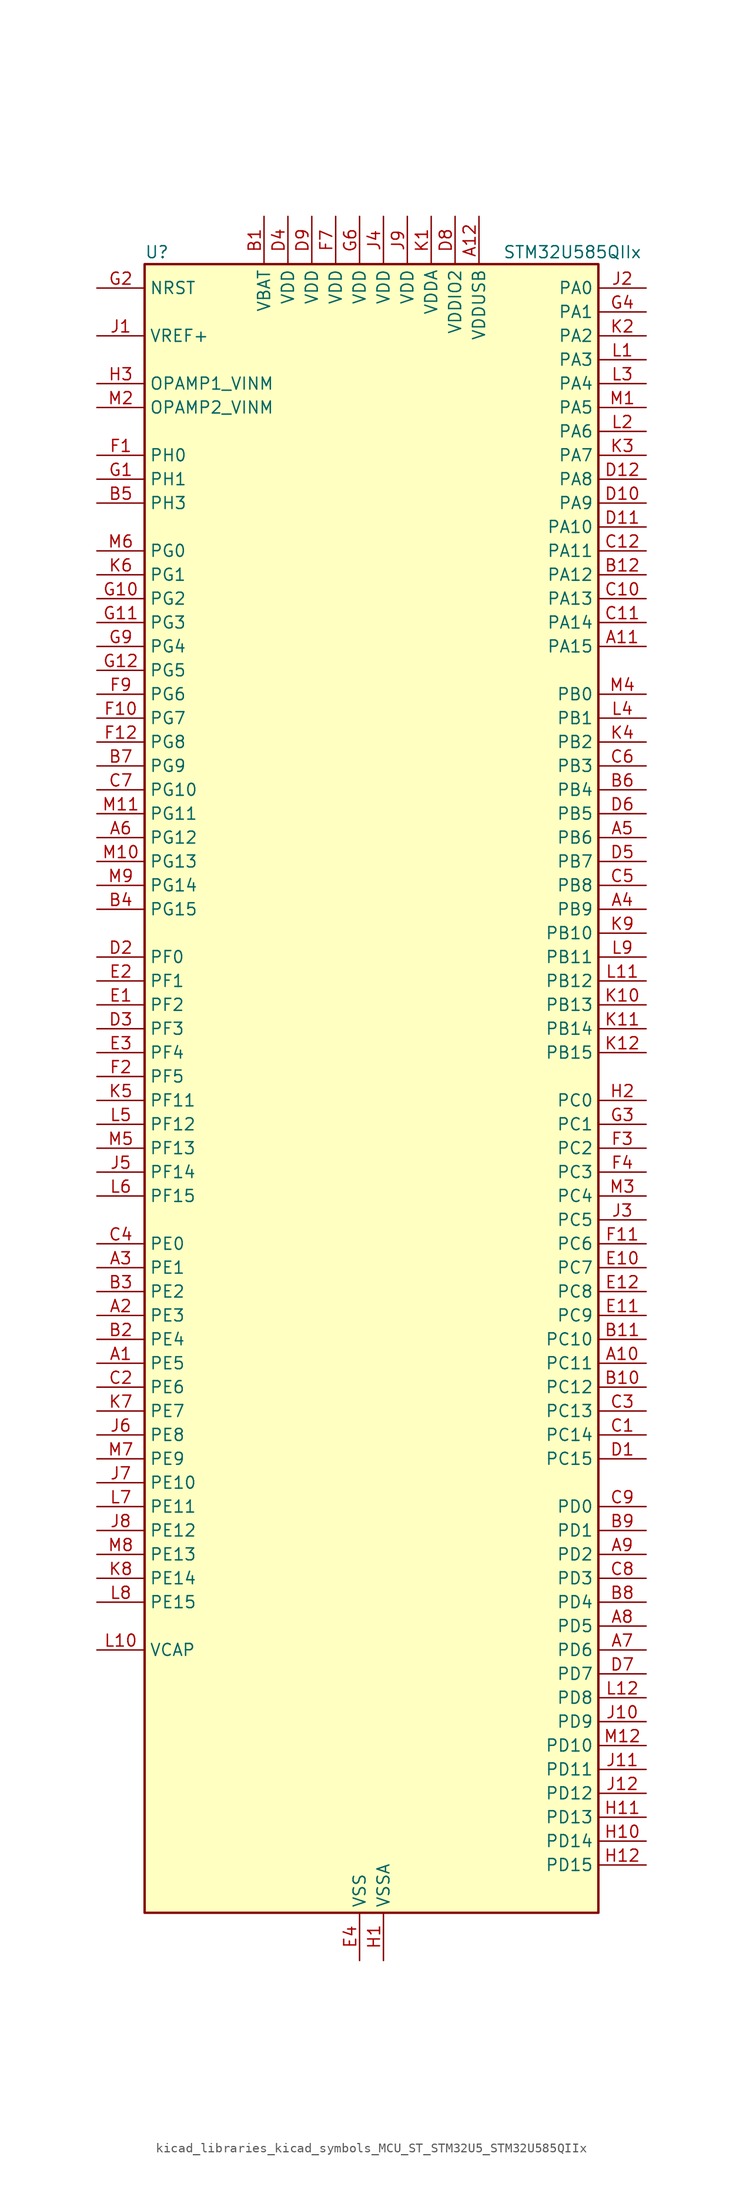
<source format=kicad_sym>
(kicad_symbol_lib
  (version 20220914)
  (generator kicad_symbol_editor)
  (symbol "kicad_libraries_kicad_symbols_MCU_ST_STM32U5_STM32U585QIIx"
    (property "Reference" "U"
      (at -22.86 90.17 0)
      (effects (font (size 1.27 1.27)) (justify left)))
    (property "Value" "STM32U585QIIx"
      (at 15.24 90.17 0)
      (effects (font (size 1.27 1.27)) (justify left)))
    (property "ki_locked" ""
      (at 0 0 0)
      (effects (font (size 1.27 1.27))))
    (symbol "kicad_libraries_kicad_symbols_MCU_ST_STM32U5_STM32U585QIIx_0_1"
      (rectangle (start -22.86 -86.36) (end 25.4 88.9) (stroke (width 0.254) (type default)) (fill (type background))))
    (symbol "kicad_libraries_kicad_symbols_MCU_ST_STM32U5_STM32U585QIIx_1_1"
      (pin bidirectional line (at -27.94 -27.94 0) (length 5.08) (name "PE5" (effects (font (size 1.27 1.27)))) (number "A1" (effects (font (size 1.27 1.27)))) (alternate "DCMI_D6" bidirectional line) (alternate "DEBUG_TRACED2" bidirectional line) (alternate "FMC_A21" bidirectional line) (alternate "MDF1_CKI3" bidirectional line) (alternate "PSSI_D6" bidirectional line) (alternate "PWR_WKUP2" bidirectional line) (alternate "SAI1_CK2" bidirectional line) (alternate "SAI1_SCK_A" bidirectional line) (alternate "TAMP_IN8" bidirectional line) (alternate "TAMP_OUT7" bidirectional line) (alternate "TIM3_CH3" bidirectional line) (alternate "TSC_G7_IO4" bidirectional line))
      (pin bidirectional line (at 30.48 -27.94 180) (length 5.08) (name "PC11" (effects (font (size 1.27 1.27)))) (number "A10" (effects (font (size 1.27 1.27)))) (alternate "ADC1_EXTI11" bidirectional line) (alternate "ADF1_SDI0" bidirectional line) (alternate "DCMI_D2" bidirectional line) (alternate "DCMI_D4" bidirectional line) (alternate "LPTIM3_IN1" bidirectional line) (alternate "OCTOSPIM_P1_NCS" bidirectional line) (alternate "PSSI_D2" bidirectional line) (alternate "PSSI_D4" bidirectional line) (alternate "SAI2_MCLK_B" bidirectional line) (alternate "SDMMC1_D3" bidirectional line) (alternate "SPI3_MISO" bidirectional line) (alternate "TSC_G3_IO3" bidirectional line) (alternate "UART4_RX" bidirectional line) (alternate "UCPD1_FRSTX2" bidirectional line) (alternate "USART3_RX" bidirectional line))
      (pin bidirectional line (at 30.48 48.26 180) (length 5.08) (name "PA15" (effects (font (size 1.27 1.27)))) (number "A11" (effects (font (size 1.27 1.27)))) (alternate "ADC1_EXTI15" bidirectional line) (alternate "ADC4_EXTI15" bidirectional line) (alternate "DEBUG_JTDI" bidirectional line) (alternate "SAI2_FS_B" bidirectional line) (alternate "SPI1_NSS" bidirectional line) (alternate "SPI3_NSS" bidirectional line) (alternate "TIM2_CH1" bidirectional line) (alternate "TIM2_ETR" bidirectional line) (alternate "UART4_DE" bidirectional line) (alternate "UART4_RTS" bidirectional line) (alternate "UCPD1_CC1" bidirectional line) (alternate "USART2_RX" bidirectional line) (alternate "USART3_DE" bidirectional line) (alternate "USART3_RTS" bidirectional line))
      (pin power_in line (at 12.7 93.98 270) (length 5.08) (name "VDDUSB" (effects (font (size 1.27 1.27)))) (number "A12" (effects (font (size 1.27 1.27)))))
      (pin bidirectional line (at -27.94 -22.86 0) (length 5.08) (name "PE3" (effects (font (size 1.27 1.27)))) (number "A2" (effects (font (size 1.27 1.27)))) (alternate "DEBUG_TRACED0" bidirectional line) (alternate "FMC_A19" bidirectional line) (alternate "OCTOSPIM_P1_DQS" bidirectional line) (alternate "SAI1_SD_B" bidirectional line) (alternate "TAMP_IN6" bidirectional line) (alternate "TAMP_OUT3" bidirectional line) (alternate "TIM3_CH1" bidirectional line) (alternate "TSC_G7_IO2" bidirectional line))
      (pin bidirectional line (at -27.94 -17.78 0) (length 5.08) (name "PE1" (effects (font (size 1.27 1.27)))) (number "A3" (effects (font (size 1.27 1.27)))) (alternate "DCMI_D3" bidirectional line) (alternate "FMC_NBL1" bidirectional line) (alternate "PSSI_D3" bidirectional line) (alternate "TIM17_CH1" bidirectional line))
      (pin bidirectional line (at 30.48 20.32 180) (length 5.08) (name "PB9" (effects (font (size 1.27 1.27)))) (number "A4" (effects (font (size 1.27 1.27)))) (alternate "DAC1_EXTI9" bidirectional line) (alternate "DCMI_D7" bidirectional line) (alternate "FDCAN1_TX" bidirectional line) (alternate "I2C1_SDA" bidirectional line) (alternate "IR_OUT" bidirectional line) (alternate "PSSI_D7" bidirectional line) (alternate "SAI1_D2" bidirectional line) (alternate "SAI1_FS_A" bidirectional line) (alternate "SDMMC1_CDIR" bidirectional line) (alternate "SDMMC1_D5" bidirectional line) (alternate "SDMMC2_D5" bidirectional line) (alternate "SPI2_NSS" bidirectional line) (alternate "TIM17_CH1" bidirectional line) (alternate "TIM4_CH4" bidirectional line))
      (pin bidirectional line (at 30.48 27.94 180) (length 5.08) (name "PB6" (effects (font (size 1.27 1.27)))) (number "A5" (effects (font (size 1.27 1.27)))) (alternate "COMP2_INP" bidirectional line) (alternate "DCMI_D5" bidirectional line) (alternate "I2C1_SCL" bidirectional line) (alternate "I2C4_SCL" bidirectional line) (alternate "LPTIM1_ETR" bidirectional line) (alternate "MDF1_SDI5" bidirectional line) (alternate "PSSI_D5" bidirectional line) (alternate "PWR_WKUP3" bidirectional line) (alternate "SAI1_FS_B" bidirectional line) (alternate "TIM16_CH1N" bidirectional line) (alternate "TIM4_CH1" bidirectional line) (alternate "TIM8_BKIN2" bidirectional line) (alternate "TSC_G2_IO3" bidirectional line) (alternate "USART1_TX" bidirectional line))
      (pin bidirectional line (at -27.94 27.94 0) (length 5.08) (name "PG12" (effects (font (size 1.27 1.27)))) (number "A6" (effects (font (size 1.27 1.27)))) (alternate "FMC_NE4" bidirectional line) (alternate "LPTIM1_ETR" bidirectional line) (alternate "OCTOSPIM_P2_NCS" bidirectional line) (alternate "SAI2_SD_A" bidirectional line) (alternate "SPI3_NSS" bidirectional line) (alternate "USART1_DE" bidirectional line) (alternate "USART1_RTS" bidirectional line))
      (pin bidirectional line (at 30.48 -58.42 180) (length 5.08) (name "PD6" (effects (font (size 1.27 1.27)))) (number "A7" (effects (font (size 1.27 1.27)))) (alternate "DCMI_D10" bidirectional line) (alternate "FMC_NWAIT" bidirectional line) (alternate "MDF1_SDI1" bidirectional line) (alternate "OCTOSPIM_P1_IO6" bidirectional line) (alternate "PSSI_D10" bidirectional line) (alternate "SAI1_D1" bidirectional line) (alternate "SAI1_SD_A" bidirectional line) (alternate "SDMMC2_CK" bidirectional line) (alternate "SPI3_MOSI" bidirectional line) (alternate "USART2_RX" bidirectional line))
      (pin bidirectional line (at 30.48 -55.88 180) (length 5.08) (name "PD5" (effects (font (size 1.27 1.27)))) (number "A8" (effects (font (size 1.27 1.27)))) (alternate "FMC_NWE" bidirectional line) (alternate "OCTOSPIM_P1_IO5" bidirectional line) (alternate "SPI2_RDY" bidirectional line) (alternate "USART2_TX" bidirectional line))
      (pin bidirectional line (at 30.48 -48.26 180) (length 5.08) (name "PD2" (effects (font (size 1.27 1.27)))) (number "A9" (effects (font (size 1.27 1.27)))) (alternate "DCMI_D11" bidirectional line) (alternate "DEBUG_TRACED2" bidirectional line) (alternate "LPTIM4_ETR" bidirectional line) (alternate "PSSI_D11" bidirectional line) (alternate "SDMMC1_CMD" bidirectional line) (alternate "TIM3_ETR" bidirectional line) (alternate "TSC_SYNC" bidirectional line) (alternate "UART5_RX" bidirectional line) (alternate "USART3_DE" bidirectional line) (alternate "USART3_RTS" bidirectional line))
      (pin power_in line (at -10.16 93.98 270) (length 5.08) (name "VBAT" (effects (font (size 1.27 1.27)))) (number "B1" (effects (font (size 1.27 1.27)))))
      (pin bidirectional line (at 30.48 -30.48 180) (length 5.08) (name "PC12" (effects (font (size 1.27 1.27)))) (number "B10" (effects (font (size 1.27 1.27)))) (alternate "DCMI_D9" bidirectional line) (alternate "DEBUG_TRACED3" bidirectional line) (alternate "PSSI_D9" bidirectional line) (alternate "SAI2_SD_B" bidirectional line) (alternate "SDMMC1_CK" bidirectional line) (alternate "SPI3_MOSI" bidirectional line) (alternate "TSC_G3_IO4" bidirectional line) (alternate "UART5_TX" bidirectional line) (alternate "USART3_CK" bidirectional line))
      (pin bidirectional line (at 30.48 -25.4 180) (length 5.08) (name "PC10" (effects (font (size 1.27 1.27)))) (number "B11" (effects (font (size 1.27 1.27)))) (alternate "ADF1_CCK1" bidirectional line) (alternate "DCMI_D8" bidirectional line) (alternate "DEBUG_TRACED1" bidirectional line) (alternate "LPTIM3_ETR" bidirectional line) (alternate "PSSI_D8" bidirectional line) (alternate "SAI2_SCK_B" bidirectional line) (alternate "SDMMC1_D2" bidirectional line) (alternate "SPI3_SCK" bidirectional line) (alternate "TSC_G3_IO2" bidirectional line) (alternate "UART4_TX" bidirectional line) (alternate "USART3_TX" bidirectional line))
      (pin bidirectional line (at 30.48 55.88 180) (length 5.08) (name "PA12" (effects (font (size 1.27 1.27)))) (number "B12" (effects (font (size 1.27 1.27)))) (alternate "FDCAN1_TX" bidirectional line) (alternate "OCTOSPIM_P2_NCS" bidirectional line) (alternate "SPI1_MOSI" bidirectional line) (alternate "TIM1_ETR" bidirectional line) (alternate "USART1_DE" bidirectional line) (alternate "USART1_RTS" bidirectional line) (alternate "USB_OTG_FS_DP" bidirectional line))
      (pin bidirectional line (at -27.94 -25.4 0) (length 5.08) (name "PE4" (effects (font (size 1.27 1.27)))) (number "B2" (effects (font (size 1.27 1.27)))) (alternate "DCMI_D4" bidirectional line) (alternate "DEBUG_TRACED1" bidirectional line) (alternate "FMC_A20" bidirectional line) (alternate "MDF1_SDI3" bidirectional line) (alternate "PSSI_D4" bidirectional line) (alternate "PWR_WKUP1" bidirectional line) (alternate "SAI1_D2" bidirectional line) (alternate "SAI1_FS_A" bidirectional line) (alternate "TAMP_IN7" bidirectional line) (alternate "TAMP_OUT8" bidirectional line) (alternate "TIM3_CH2" bidirectional line) (alternate "TSC_G7_IO3" bidirectional line))
      (pin bidirectional line (at -27.94 -20.32 0) (length 5.08) (name "PE2" (effects (font (size 1.27 1.27)))) (number "B3" (effects (font (size 1.27 1.27)))) (alternate "DEBUG_TRACECLK" bidirectional line) (alternate "FMC_A23" bidirectional line) (alternate "SAI1_CK1" bidirectional line) (alternate "SAI1_MCLK_A" bidirectional line) (alternate "TIM3_ETR" bidirectional line) (alternate "TSC_G7_IO1" bidirectional line))
      (pin bidirectional line (at -27.94 20.32 0) (length 5.08) (name "PG15" (effects (font (size 1.27 1.27)))) (number "B4" (effects (font (size 1.27 1.27)))) (alternate "ADC1_EXTI15" bidirectional line) (alternate "ADC4_EXTI15" bidirectional line) (alternate "DCMI_D13" bidirectional line) (alternate "I2C1_SMBA" bidirectional line) (alternate "LPTIM1_CH1" bidirectional line) (alternate "OCTOSPIM_P2_DQS" bidirectional line) (alternate "PSSI_D13" bidirectional line))
      (pin bidirectional line (at -27.94 63.5 0) (length 5.08) (name "PH3" (effects (font (size 1.27 1.27)))) (number "B5" (effects (font (size 1.27 1.27)))))
      (pin bidirectional line (at 30.48 33.02 180) (length 5.08) (name "PB4" (effects (font (size 1.27 1.27)))) (number "B6" (effects (font (size 1.27 1.27)))) (alternate "ADF1_SDI0" bidirectional line) (alternate "COMP2_INP" bidirectional line) (alternate "DCMI_D12" bidirectional line) (alternate "DEBUG_JTRST" bidirectional line) (alternate "I2C3_SDA" bidirectional line) (alternate "LPTIM1_CH2" bidirectional line) (alternate "PSSI_D12" bidirectional line) (alternate "SAI1_MCLK_B" bidirectional line) (alternate "SDMMC2_D3" bidirectional line) (alternate "SPI1_MISO" bidirectional line) (alternate "SPI3_MISO" bidirectional line) (alternate "TIM17_BKIN" bidirectional line) (alternate "TIM3_CH1" bidirectional line) (alternate "TSC_G2_IO1" bidirectional line) (alternate "UART5_DE" bidirectional line) (alternate "UART5_RTS" bidirectional line) (alternate "USART1_CTS" bidirectional line))
      (pin bidirectional line (at -27.94 35.56 0) (length 5.08) (name "PG9" (effects (font (size 1.27 1.27)))) (number "B7" (effects (font (size 1.27 1.27)))) (alternate "DAC1_EXTI9" bidirectional line) (alternate "FMC_NCE" bidirectional line) (alternate "FMC_NE2" bidirectional line) (alternate "OCTOSPIM_P2_IO6" bidirectional line) (alternate "SAI2_SCK_A" bidirectional line) (alternate "SPI3_SCK" bidirectional line) (alternate "TIM15_CH1N" bidirectional line) (alternate "USART1_TX" bidirectional line))
      (pin bidirectional line (at 30.48 -53.34 180) (length 5.08) (name "PD4" (effects (font (size 1.27 1.27)))) (number "B8" (effects (font (size 1.27 1.27)))) (alternate "FMC_NOE" bidirectional line) (alternate "MDF1_CKI0" bidirectional line) (alternate "OCTOSPIM_P1_IO4" bidirectional line) (alternate "SPI2_MOSI" bidirectional line) (alternate "USART2_DE" bidirectional line) (alternate "USART2_RTS" bidirectional line))
      (pin bidirectional line (at 30.48 -45.72 180) (length 5.08) (name "PD1" (effects (font (size 1.27 1.27)))) (number "B9" (effects (font (size 1.27 1.27)))) (alternate "FDCAN1_TX" bidirectional line) (alternate "FMC_D3" bidirectional line) (alternate "FMC_DA3" bidirectional line) (alternate "SPI2_SCK" bidirectional line))
      (pin bidirectional line (at 30.48 -35.56 180) (length 5.08) (name "PC14" (effects (font (size 1.27 1.27)))) (number "C1" (effects (font (size 1.27 1.27)))) (alternate "RCC_OSC32_IN" bidirectional line))
      (pin bidirectional line (at 30.48 53.34 180) (length 5.08) (name "PA13" (effects (font (size 1.27 1.27)))) (number "C10" (effects (font (size 1.27 1.27)))) (alternate "DEBUG_JTMS-SWDIO" bidirectional line) (alternate "IR_OUT" bidirectional line) (alternate "SAI1_SD_B" bidirectional line) (alternate "USB_OTG_FS_NOE" bidirectional line))
      (pin bidirectional line (at 30.48 50.8 180) (length 5.08) (name "PA14" (effects (font (size 1.27 1.27)))) (number "C11" (effects (font (size 1.27 1.27)))) (alternate "DEBUG_JTCK-SWCLK" bidirectional line) (alternate "I2C1_SMBA" bidirectional line) (alternate "I2C4_SMBA" bidirectional line) (alternate "LPTIM1_CH1" bidirectional line) (alternate "SAI1_FS_B" bidirectional line) (alternate "USB_OTG_FS_SOF" bidirectional line))
      (pin bidirectional line (at 30.48 58.42 180) (length 5.08) (name "PA11" (effects (font (size 1.27 1.27)))) (number "C12" (effects (font (size 1.27 1.27)))) (alternate "ADC1_EXTI11" bidirectional line) (alternate "FDCAN1_RX" bidirectional line) (alternate "SPI1_MISO" bidirectional line) (alternate "TIM1_BKIN2" bidirectional line) (alternate "TIM1_CH4" bidirectional line) (alternate "USART1_CTS" bidirectional line) (alternate "USB_OTG_FS_DM" bidirectional line))
      (pin bidirectional line (at -27.94 -30.48 0) (length 5.08) (name "PE6" (effects (font (size 1.27 1.27)))) (number "C2" (effects (font (size 1.27 1.27)))) (alternate "DCMI_D7" bidirectional line) (alternate "DEBUG_TRACED3" bidirectional line) (alternate "FMC_A22" bidirectional line) (alternate "PSSI_D7" bidirectional line) (alternate "PWR_WKUP3" bidirectional line) (alternate "SAI1_D1" bidirectional line) (alternate "SAI1_SD_A" bidirectional line) (alternate "TAMP_IN3" bidirectional line) (alternate "TAMP_OUT6" bidirectional line) (alternate "TIM3_CH4" bidirectional line))
      (pin bidirectional line (at 30.48 -33.02 180) (length 5.08) (name "PC13" (effects (font (size 1.27 1.27)))) (number "C3" (effects (font (size 1.27 1.27)))) (alternate "PWR_WKUP2" bidirectional line) (alternate "RTC_OUT1" bidirectional line) (alternate "RTC_TS" bidirectional line) (alternate "TAMP_IN1" bidirectional line) (alternate "TAMP_OUT2" bidirectional line))
      (pin bidirectional line (at -27.94 -15.24 0) (length 5.08) (name "PE0" (effects (font (size 1.27 1.27)))) (number "C4" (effects (font (size 1.27 1.27)))) (alternate "DCMI_D2" bidirectional line) (alternate "FMC_NBL0" bidirectional line) (alternate "PSSI_D2" bidirectional line) (alternate "TIM16_CH1" bidirectional line) (alternate "TIM4_ETR" bidirectional line))
      (pin bidirectional line (at 30.48 22.86 180) (length 5.08) (name "PB8" (effects (font (size 1.27 1.27)))) (number "C5" (effects (font (size 1.27 1.27)))) (alternate "DCMI_D6" bidirectional line) (alternate "FDCAN1_RX" bidirectional line) (alternate "I2C1_SCL" bidirectional line) (alternate "MDF1_CCK0" bidirectional line) (alternate "PSSI_D6" bidirectional line) (alternate "PWR_WKUP5" bidirectional line) (alternate "SAI1_CK1" bidirectional line) (alternate "SAI1_MCLK_A" bidirectional line) (alternate "SDMMC1_CKIN" bidirectional line) (alternate "SDMMC1_D4" bidirectional line) (alternate "SDMMC2_D4" bidirectional line) (alternate "SPI3_RDY" bidirectional line) (alternate "TIM16_CH1" bidirectional line) (alternate "TIM4_CH3" bidirectional line))
      (pin bidirectional line (at 30.48 35.56 180) (length 5.08) (name "PB3" (effects (font (size 1.27 1.27)))) (number "C6" (effects (font (size 1.27 1.27)))) (alternate "ADF1_CCK0" bidirectional line) (alternate "COMP2_INM" bidirectional line) (alternate "CRS_SYNC" bidirectional line) (alternate "DEBUG_JTDO-SWO" bidirectional line) (alternate "I2C1_SDA" bidirectional line) (alternate "LPTIM1_CH1" bidirectional line) (alternate "SAI1_SCK_B" bidirectional line) (alternate "SDMMC2_D2" bidirectional line) (alternate "SPI1_SCK" bidirectional line) (alternate "SPI3_SCK" bidirectional line) (alternate "TIM2_CH2" bidirectional line) (alternate "USART1_DE" bidirectional line) (alternate "USART1_RTS" bidirectional line))
      (pin bidirectional line (at -27.94 33.02 0) (length 5.08) (name "PG10" (effects (font (size 1.27 1.27)))) (number "C7" (effects (font (size 1.27 1.27)))) (alternate "FMC_NE3" bidirectional line) (alternate "LPTIM1_IN1" bidirectional line) (alternate "OCTOSPIM_P2_IO7" bidirectional line) (alternate "SAI2_FS_A" bidirectional line) (alternate "SPI3_MISO" bidirectional line) (alternate "TIM15_CH1" bidirectional line) (alternate "USART1_RX" bidirectional line))
      (pin bidirectional line (at 30.48 -50.8 180) (length 5.08) (name "PD3" (effects (font (size 1.27 1.27)))) (number "C8" (effects (font (size 1.27 1.27)))) (alternate "DCMI_D5" bidirectional line) (alternate "FMC_CLK" bidirectional line) (alternate "MDF1_SDI0" bidirectional line) (alternate "OCTOSPIM_P2_NCS" bidirectional line) (alternate "PSSI_D5" bidirectional line) (alternate "SPI2_MISO" bidirectional line) (alternate "SPI2_SCK" bidirectional line) (alternate "USART2_CTS" bidirectional line))
      (pin bidirectional line (at 30.48 -43.18 180) (length 5.08) (name "PD0" (effects (font (size 1.27 1.27)))) (number "C9" (effects (font (size 1.27 1.27)))) (alternate "FDCAN1_RX" bidirectional line) (alternate "FMC_D2" bidirectional line) (alternate "FMC_DA2" bidirectional line) (alternate "SPI2_NSS" bidirectional line) (alternate "TIM8_CH4N" bidirectional line))
      (pin bidirectional line (at 30.48 -38.1 180) (length 5.08) (name "PC15" (effects (font (size 1.27 1.27)))) (number "D1" (effects (font (size 1.27 1.27)))) (alternate "ADC1_EXTI15" bidirectional line) (alternate "ADC4_EXTI15" bidirectional line) (alternate "RCC_OSC32_OUT" bidirectional line))
      (pin bidirectional line (at 30.48 63.5 180) (length 5.08) (name "PA9" (effects (font (size 1.27 1.27)))) (number "D10" (effects (font (size 1.27 1.27)))) (alternate "DAC1_EXTI9" bidirectional line) (alternate "DCMI_D0" bidirectional line) (alternate "PSSI_D0" bidirectional line) (alternate "SAI1_FS_A" bidirectional line) (alternate "SPI2_SCK" bidirectional line) (alternate "TIM15_BKIN" bidirectional line) (alternate "TIM1_CH2" bidirectional line) (alternate "USART1_TX" bidirectional line) (alternate "USB_OTG_FS_VBUS" bidirectional line))
      (pin bidirectional line (at 30.48 60.96 180) (length 5.08) (name "PA10" (effects (font (size 1.27 1.27)))) (number "D11" (effects (font (size 1.27 1.27)))) (alternate "CRS_SYNC" bidirectional line) (alternate "DCMI_D1" bidirectional line) (alternate "LPTIM2_IN2" bidirectional line) (alternate "PSSI_D1" bidirectional line) (alternate "SAI1_D1" bidirectional line) (alternate "SAI1_SD_A" bidirectional line) (alternate "TIM17_BKIN" bidirectional line) (alternate "TIM1_CH3" bidirectional line) (alternate "USART1_RX" bidirectional line) (alternate "USB_OTG_FS_ID" bidirectional line))
      (pin bidirectional line (at 30.48 66.04 180) (length 5.08) (name "PA8" (effects (font (size 1.27 1.27)))) (number "D12" (effects (font (size 1.27 1.27)))) (alternate "DEBUG_TRACECLK" bidirectional line) (alternate "LPTIM2_CH1" bidirectional line) (alternate "RCC_MCO" bidirectional line) (alternate "SAI1_CK2" bidirectional line) (alternate "SAI1_SCK_A" bidirectional line) (alternate "SPI1_RDY" bidirectional line) (alternate "TIM1_CH1" bidirectional line) (alternate "USART1_CK" bidirectional line) (alternate "USB_OTG_FS_SOF" bidirectional line))
      (pin bidirectional line (at -27.94 15.24 0) (length 5.08) (name "PF0" (effects (font (size 1.27 1.27)))) (number "D2" (effects (font (size 1.27 1.27)))) (alternate "FMC_A0" bidirectional line) (alternate "I2C2_SDA" bidirectional line) (alternate "OCTOSPIM_P2_IO0" bidirectional line))
      (pin bidirectional line (at -27.94 7.62 0) (length 5.08) (name "PF3" (effects (font (size 1.27 1.27)))) (number "D3" (effects (font (size 1.27 1.27)))) (alternate "FMC_A3" bidirectional line) (alternate "LPTIM3_IN1" bidirectional line) (alternate "OCTOSPIM_P2_IO3" bidirectional line))
      (pin power_in line (at -7.62 93.98 270) (length 5.08) (name "VDD" (effects (font (size 1.27 1.27)))) (number "D4" (effects (font (size 1.27 1.27)))))
      (pin bidirectional line (at 30.48 25.4 180) (length 5.08) (name "PB7" (effects (font (size 1.27 1.27)))) (number "D5" (effects (font (size 1.27 1.27)))) (alternate "COMP2_INM" bidirectional line) (alternate "DCMI_VSYNC" bidirectional line) (alternate "FMC_NL" bidirectional line) (alternate "I2C1_SDA" bidirectional line) (alternate "I2C4_SDA" bidirectional line) (alternate "LPTIM1_IN2" bidirectional line) (alternate "MDF1_CKI5" bidirectional line) (alternate "PSSI_RDY" bidirectional line) (alternate "PWR_PVD_IN" bidirectional line) (alternate "PWR_WKUP4" bidirectional line) (alternate "TIM17_CH1N" bidirectional line) (alternate "TIM4_CH2" bidirectional line) (alternate "TIM8_BKIN" bidirectional line) (alternate "TSC_G2_IO4" bidirectional line) (alternate "UART4_CTS" bidirectional line) (alternate "USART1_RX" bidirectional line))
      (pin bidirectional line (at 30.48 30.48 180) (length 5.08) (name "PB5" (effects (font (size 1.27 1.27)))) (number "D6" (effects (font (size 1.27 1.27)))) (alternate "COMP2_OUT" bidirectional line) (alternate "DCMI_D10" bidirectional line) (alternate "I2C1_SMBA" bidirectional line) (alternate "LPTIM1_IN1" bidirectional line) (alternate "OCTOSPIM_P1_NCLK" bidirectional line) (alternate "PSSI_D10" bidirectional line) (alternate "PWR_WKUP6" bidirectional line) (alternate "SAI1_SD_B" bidirectional line) (alternate "SPI1_MOSI" bidirectional line) (alternate "SPI3_MOSI" bidirectional line) (alternate "TIM16_BKIN" bidirectional line) (alternate "TIM3_CH2" bidirectional line) (alternate "TSC_G2_IO2" bidirectional line) (alternate "UART5_CTS" bidirectional line) (alternate "UCPD1_DBCC1" bidirectional line) (alternate "USART1_CK" bidirectional line))
      (pin bidirectional line (at 30.48 -60.96 180) (length 5.08) (name "PD7" (effects (font (size 1.27 1.27)))) (number "D7" (effects (font (size 1.27 1.27)))) (alternate "FMC_NCE" bidirectional line) (alternate "FMC_NE1" bidirectional line) (alternate "LPTIM4_OUT" bidirectional line) (alternate "MDF1_CKI1" bidirectional line) (alternate "OCTOSPIM_P1_IO7" bidirectional line) (alternate "SDMMC2_CMD" bidirectional line) (alternate "USART2_CK" bidirectional line))
      (pin power_in line (at 10.16 93.98 270) (length 5.08) (name "VDDIO2" (effects (font (size 1.27 1.27)))) (number "D8" (effects (font (size 1.27 1.27)))))
      (pin power_in line (at -5.08 93.98 270) (length 5.08) (name "VDD" (effects (font (size 1.27 1.27)))) (number "D9" (effects (font (size 1.27 1.27)))))
      (pin bidirectional line (at -27.94 10.16 0) (length 5.08) (name "PF2" (effects (font (size 1.27 1.27)))) (number "E1" (effects (font (size 1.27 1.27)))) (alternate "FMC_A2" bidirectional line) (alternate "I2C2_SMBA" bidirectional line) (alternate "LPTIM3_CH2" bidirectional line) (alternate "OCTOSPIM_P2_IO2" bidirectional line) (alternate "PWR_WKUP8" bidirectional line))
      (pin bidirectional line (at 30.48 -17.78 180) (length 5.08) (name "PC7" (effects (font (size 1.27 1.27)))) (number "E10" (effects (font (size 1.27 1.27)))) (alternate "DCMI_D1" bidirectional line) (alternate "LPTIM2_CH2" bidirectional line) (alternate "MDF1_SDI3" bidirectional line) (alternate "PSSI_D1" bidirectional line) (alternate "PWR_CDSTOP" bidirectional line) (alternate "SAI2_MCLK_B" bidirectional line) (alternate "SDMMC1_D123DIR" bidirectional line) (alternate "SDMMC1_D7" bidirectional line) (alternate "SDMMC2_D7" bidirectional line) (alternate "TIM3_CH2" bidirectional line) (alternate "TIM8_CH2" bidirectional line) (alternate "TSC_G4_IO2" bidirectional line))
      (pin bidirectional line (at 30.48 -22.86 180) (length 5.08) (name "PC9" (effects (font (size 1.27 1.27)))) (number "E11" (effects (font (size 1.27 1.27)))) (alternate "DAC1_EXTI9" bidirectional line) (alternate "DCMI_D3" bidirectional line) (alternate "DEBUG_TRACED0" bidirectional line) (alternate "LPTIM3_CH2" bidirectional line) (alternate "PSSI_D3" bidirectional line) (alternate "SDMMC1_D1" bidirectional line) (alternate "TIM3_CH4" bidirectional line) (alternate "TIM8_BKIN2" bidirectional line) (alternate "TIM8_CH4" bidirectional line) (alternate "TSC_G4_IO4" bidirectional line) (alternate "USB_OTG_FS_NOE" bidirectional line))
      (pin bidirectional line (at 30.48 -20.32 180) (length 5.08) (name "PC8" (effects (font (size 1.27 1.27)))) (number "E12" (effects (font (size 1.27 1.27)))) (alternate "DCMI_D2" bidirectional line) (alternate "LPTIM3_CH1" bidirectional line) (alternate "PSSI_D2" bidirectional line) (alternate "PWR_SRDSTOP" bidirectional line) (alternate "SDMMC1_D0" bidirectional line) (alternate "TIM3_CH3" bidirectional line) (alternate "TIM8_CH3" bidirectional line) (alternate "TSC_G4_IO3" bidirectional line))
      (pin bidirectional line (at -27.94 12.7 0) (length 5.08) (name "PF1" (effects (font (size 1.27 1.27)))) (number "E2" (effects (font (size 1.27 1.27)))) (alternate "FMC_A1" bidirectional line) (alternate "I2C2_SCL" bidirectional line) (alternate "OCTOSPIM_P2_IO1" bidirectional line))
      (pin bidirectional line (at -27.94 5.08 0) (length 5.08) (name "PF4" (effects (font (size 1.27 1.27)))) (number "E3" (effects (font (size 1.27 1.27)))) (alternate "FMC_A4" bidirectional line) (alternate "LPTIM3_ETR" bidirectional line) (alternate "OCTOSPIM_P2_CLK" bidirectional line))
      (pin power_in line (at 0 -91.44 90) (length 5.08) (name "VSS" (effects (font (size 1.27 1.27)))) (number "E4" (effects (font (size 1.27 1.27)))))
      (pin passive line (at 0 -91.44 90) (length 5.08) hide (name "VSS" (effects (font (size 1.27 1.27)))) (number "E9" (effects (font (size 1.27 1.27)))))
      (pin bidirectional line (at -27.94 68.58 0) (length 5.08) (name "PH0" (effects (font (size 1.27 1.27)))) (number "F1" (effects (font (size 1.27 1.27)))) (alternate "RCC_OSC_IN" bidirectional line))
      (pin bidirectional line (at -27.94 40.64 0) (length 5.08) (name "PG7" (effects (font (size 1.27 1.27)))) (number "F10" (effects (font (size 1.27 1.27)))) (alternate "FMC_INT" bidirectional line) (alternate "I2C3_SCL" bidirectional line) (alternate "LPUART1_TX" bidirectional line) (alternate "MDF1_CCK0" bidirectional line) (alternate "OCTOSPIM_P2_DQS" bidirectional line) (alternate "SAI1_CK1" bidirectional line) (alternate "SAI1_MCLK_A" bidirectional line) (alternate "UCPD1_FRSTX2" bidirectional line))
      (pin bidirectional line (at 30.48 -15.24 180) (length 5.08) (name "PC6" (effects (font (size 1.27 1.27)))) (number "F11" (effects (font (size 1.27 1.27)))) (alternate "DCMI_D0" bidirectional line) (alternate "MDF1_CKI3" bidirectional line) (alternate "PSSI_D0" bidirectional line) (alternate "PWR_CSLEEP" bidirectional line) (alternate "SAI2_MCLK_A" bidirectional line) (alternate "SDMMC1_D0DIR" bidirectional line) (alternate "SDMMC1_D6" bidirectional line) (alternate "SDMMC2_D6" bidirectional line) (alternate "TIM3_CH1" bidirectional line) (alternate "TIM8_CH1" bidirectional line) (alternate "TSC_G4_IO1" bidirectional line))
      (pin bidirectional line (at -27.94 38.1 0) (length 5.08) (name "PG8" (effects (font (size 1.27 1.27)))) (number "F12" (effects (font (size 1.27 1.27)))) (alternate "I2C3_SDA" bidirectional line) (alternate "LPUART1_RX" bidirectional line))
      (pin bidirectional line (at -27.94 2.54 0) (length 5.08) (name "PF5" (effects (font (size 1.27 1.27)))) (number "F2" (effects (font (size 1.27 1.27)))) (alternate "FMC_A5" bidirectional line) (alternate "LPTIM3_CH1" bidirectional line) (alternate "OCTOSPIM_P2_NCLK" bidirectional line))
      (pin bidirectional line (at 30.48 -5.08 180) (length 5.08) (name "PC2" (effects (font (size 1.27 1.27)))) (number "F3" (effects (font (size 1.27 1.27)))) (alternate "ADC1_IN3" bidirectional line) (alternate "ADC4_IN3" bidirectional line) (alternate "LPTIM1_IN2" bidirectional line) (alternate "MDF1_CCK1" bidirectional line) (alternate "OCTOSPIM_P1_IO5" bidirectional line) (alternate "SPI2_MISO" bidirectional line))
      (pin bidirectional line (at 30.48 -7.62 180) (length 5.08) (name "PC3" (effects (font (size 1.27 1.27)))) (number "F4" (effects (font (size 1.27 1.27)))) (alternate "ADC1_IN4" bidirectional line) (alternate "ADC4_IN4" bidirectional line) (alternate "LPTIM1_ETR" bidirectional line) (alternate "LPTIM2_ETR" bidirectional line) (alternate "LPTIM3_CH1" bidirectional line) (alternate "OCTOSPIM_P1_IO6" bidirectional line) (alternate "SAI1_D1" bidirectional line) (alternate "SAI1_SD_A" bidirectional line) (alternate "SPI2_MOSI" bidirectional line))
      (pin passive line (at 0 -91.44 90) (length 5.08) hide (name "VSS" (effects (font (size 1.27 1.27)))) (number "F6" (effects (font (size 1.27 1.27)))))
      (pin power_in line (at -2.54 93.98 270) (length 5.08) (name "VDD" (effects (font (size 1.27 1.27)))) (number "F7" (effects (font (size 1.27 1.27)))))
      (pin bidirectional line (at -27.94 43.18 0) (length 5.08) (name "PG6" (effects (font (size 1.27 1.27)))) (number "F9" (effects (font (size 1.27 1.27)))) (alternate "I2C3_SMBA" bidirectional line) (alternate "LPUART1_DE" bidirectional line) (alternate "LPUART1_RTS" bidirectional line) (alternate "OCTOSPIM_P1_DQS" bidirectional line) (alternate "SPI1_RDY" bidirectional line) (alternate "UCPD1_FRSTX1" bidirectional line))
      (pin bidirectional line (at -27.94 66.04 0) (length 5.08) (name "PH1" (effects (font (size 1.27 1.27)))) (number "G1" (effects (font (size 1.27 1.27)))) (alternate "RCC_OSC_OUT" bidirectional line))
      (pin bidirectional line (at -27.94 53.34 0) (length 5.08) (name "PG2" (effects (font (size 1.27 1.27)))) (number "G10" (effects (font (size 1.27 1.27)))) (alternate "FMC_A12" bidirectional line) (alternate "SAI2_SCK_B" bidirectional line) (alternate "SPI1_SCK" bidirectional line))
      (pin bidirectional line (at -27.94 50.8 0) (length 5.08) (name "PG3" (effects (font (size 1.27 1.27)))) (number "G11" (effects (font (size 1.27 1.27)))) (alternate "FMC_A13" bidirectional line) (alternate "SAI2_FS_B" bidirectional line) (alternate "SPI1_MISO" bidirectional line))
      (pin bidirectional line (at -27.94 45.72 0) (length 5.08) (name "PG5" (effects (font (size 1.27 1.27)))) (number "G12" (effects (font (size 1.27 1.27)))) (alternate "FMC_A15" bidirectional line) (alternate "LPUART1_CTS" bidirectional line) (alternate "SAI2_SD_B" bidirectional line) (alternate "SPI1_NSS" bidirectional line))
      (pin input line (at -27.94 86.36 0) (length 5.08) (name "NRST" (effects (font (size 1.27 1.27)))) (number "G2" (effects (font (size 1.27 1.27)))))
      (pin bidirectional line (at 30.48 -2.54 180) (length 5.08) (name "PC1" (effects (font (size 1.27 1.27)))) (number "G3" (effects (font (size 1.27 1.27)))) (alternate "ADC1_IN2" bidirectional line) (alternate "ADC4_IN2" bidirectional line) (alternate "DEBUG_TRACED0" bidirectional line) (alternate "I2C3_SDA" bidirectional line) (alternate "LPTIM1_CH1" bidirectional line) (alternate "LPUART1_TX" bidirectional line) (alternate "MDF1_CKI4" bidirectional line) (alternate "OCTOSPIM_P1_IO4" bidirectional line) (alternate "SAI1_SD_A" bidirectional line) (alternate "SDMMC2_CK" bidirectional line) (alternate "SPI2_MOSI" bidirectional line))
      (pin bidirectional line (at 30.48 83.82 180) (length 5.08) (name "PA1" (effects (font (size 1.27 1.27)))) (number "G4" (effects (font (size 1.27 1.27)))) (alternate "ADC1_IN6" bidirectional line) (alternate "I2C1_SMBA" bidirectional line) (alternate "LPTIM1_CH2" bidirectional line) (alternate "OCTOSPIM_P1_DQS" bidirectional line) (alternate "OPAMP1_VINM" bidirectional line) (alternate "PWR_WKUP3" bidirectional line) (alternate "SPI1_SCK" bidirectional line) (alternate "TAMP_IN5" bidirectional line) (alternate "TAMP_OUT4" bidirectional line) (alternate "TIM15_CH1N" bidirectional line) (alternate "TIM2_CH2" bidirectional line) (alternate "TIM5_CH2" bidirectional line) (alternate "UART4_RX" bidirectional line) (alternate "USART2_DE" bidirectional line) (alternate "USART2_RTS" bidirectional line))
      (pin power_in line (at 0 93.98 270) (length 5.08) (name "VDD" (effects (font (size 1.27 1.27)))) (number "G6" (effects (font (size 1.27 1.27)))))
      (pin passive line (at 0 -91.44 90) (length 5.08) hide (name "VSS" (effects (font (size 1.27 1.27)))) (number "G7" (effects (font (size 1.27 1.27)))))
      (pin bidirectional line (at -27.94 48.26 0) (length 5.08) (name "PG4" (effects (font (size 1.27 1.27)))) (number "G9" (effects (font (size 1.27 1.27)))) (alternate "FMC_A14" bidirectional line) (alternate "SAI2_MCLK_B" bidirectional line) (alternate "SPI1_MOSI" bidirectional line))
      (pin power_in line (at 2.54 -91.44 90) (length 5.08) (name "VSSA" (effects (font (size 1.27 1.27)))) (number "H1" (effects (font (size 1.27 1.27)))))
      (pin bidirectional line (at 30.48 -78.74 180) (length 5.08) (name "PD14" (effects (font (size 1.27 1.27)))) (number "H10" (effects (font (size 1.27 1.27)))) (alternate "FMC_D0" bidirectional line) (alternate "FMC_DA0" bidirectional line) (alternate "LPTIM3_CH1" bidirectional line) (alternate "TIM4_CH3" bidirectional line))
      (pin bidirectional line (at 30.48 -76.2 180) (length 5.08) (name "PD13" (effects (font (size 1.27 1.27)))) (number "H11" (effects (font (size 1.27 1.27)))) (alternate "ADC4_IN17" bidirectional line) (alternate "FMC_A18" bidirectional line) (alternate "I2C4_SDA" bidirectional line) (alternate "LPTIM2_CH1" bidirectional line) (alternate "LPTIM4_IN1" bidirectional line) (alternate "TIM4_CH2" bidirectional line) (alternate "TSC_G6_IO4" bidirectional line))
      (pin bidirectional line (at 30.48 -81.28 180) (length 5.08) (name "PD15" (effects (font (size 1.27 1.27)))) (number "H12" (effects (font (size 1.27 1.27)))) (alternate "ADC1_EXTI15" bidirectional line) (alternate "ADC4_EXTI15" bidirectional line) (alternate "FMC_D1" bidirectional line) (alternate "FMC_DA1" bidirectional line) (alternate "LPTIM3_CH2" bidirectional line) (alternate "TIM4_CH4" bidirectional line))
      (pin bidirectional line (at 30.48 0 180) (length 5.08) (name "PC0" (effects (font (size 1.27 1.27)))) (number "H2" (effects (font (size 1.27 1.27)))) (alternate "ADC1_IN1" bidirectional line) (alternate "ADC4_IN1" bidirectional line) (alternate "I2C3_SCL" bidirectional line) (alternate "LPTIM1_IN1" bidirectional line) (alternate "LPTIM2_IN1" bidirectional line) (alternate "LPUART1_RX" bidirectional line) (alternate "MDF1_SDI4" bidirectional line) (alternate "OCTOSPIM_P1_IO7" bidirectional line) (alternate "SAI2_FS_A" bidirectional line) (alternate "SDMMC1_D5" bidirectional line) (alternate "SPI2_RDY" bidirectional line))
      (pin bidirectional line (at -27.94 76.2 0) (length 5.08) (name "OPAMP1_VINM" (effects (font (size 1.27 1.27)))) (number "H3" (effects (font (size 1.27 1.27)))) (alternate "OPAMP1_VINM" bidirectional line))
      (pin passive line (at 0 -91.44 90) (length 5.08) hide (name "VSS" (effects (font (size 1.27 1.27)))) (number "H4" (effects (font (size 1.27 1.27)))))
      (pin passive line (at 0 -91.44 90) (length 5.08) hide (name "VSS" (effects (font (size 1.27 1.27)))) (number "H9" (effects (font (size 1.27 1.27)))))
      (pin input line (at -27.94 81.28 0) (length 5.08) (name "VREF+" (effects (font (size 1.27 1.27)))) (number "J1" (effects (font (size 1.27 1.27)))) (alternate "VREFBUF_OUT" bidirectional line))
      (pin bidirectional line (at 30.48 -66.04 180) (length 5.08) (name "PD9" (effects (font (size 1.27 1.27)))) (number "J10" (effects (font (size 1.27 1.27)))) (alternate "DAC1_EXTI9" bidirectional line) (alternate "DCMI_PIXCLK" bidirectional line) (alternate "FMC_D14" bidirectional line) (alternate "FMC_DA14" bidirectional line) (alternate "LPTIM2_IN2" bidirectional line) (alternate "LPTIM3_IN1" bidirectional line) (alternate "PSSI_PDCK" bidirectional line) (alternate "SAI2_MCLK_A" bidirectional line) (alternate "USART3_RX" bidirectional line))
      (pin bidirectional line (at 30.48 -71.12 180) (length 5.08) (name "PD11" (effects (font (size 1.27 1.27)))) (number "J11" (effects (font (size 1.27 1.27)))) (alternate "ADC1_EXTI11" bidirectional line) (alternate "ADC4_IN15" bidirectional line) (alternate "FMC_A16" bidirectional line) (alternate "FMC_CLE" bidirectional line) (alternate "I2C4_SMBA" bidirectional line) (alternate "LPTIM2_ETR" bidirectional line) (alternate "SAI2_SD_A" bidirectional line) (alternate "TSC_G6_IO2" bidirectional line) (alternate "USART3_CTS" bidirectional line))
      (pin bidirectional line (at 30.48 -73.66 180) (length 5.08) (name "PD12" (effects (font (size 1.27 1.27)))) (number "J12" (effects (font (size 1.27 1.27)))) (alternate "ADC4_IN16" bidirectional line) (alternate "FMC_A17" bidirectional line) (alternate "FMC_ALE" bidirectional line) (alternate "I2C4_SCL" bidirectional line) (alternate "LPTIM2_IN1" bidirectional line) (alternate "SAI2_FS_A" bidirectional line) (alternate "TIM4_CH1" bidirectional line) (alternate "TSC_G6_IO3" bidirectional line) (alternate "USART3_DE" bidirectional line) (alternate "USART3_RTS" bidirectional line))
      (pin bidirectional line (at 30.48 86.36 180) (length 5.08) (name "PA0" (effects (font (size 1.27 1.27)))) (number "J2" (effects (font (size 1.27 1.27)))) (alternate "ADC1_IN5" bidirectional line) (alternate "AUDIOCLK" bidirectional line) (alternate "OCTOSPIM_P2_NCS" bidirectional line) (alternate "OPAMP1_VINP" bidirectional line) (alternate "PWR_WKUP1" bidirectional line) (alternate "SDMMC2_CMD" bidirectional line) (alternate "SPI3_RDY" bidirectional line) (alternate "TAMP_IN2" bidirectional line) (alternate "TAMP_OUT1" bidirectional line) (alternate "TIM2_CH1" bidirectional line) (alternate "TIM2_ETR" bidirectional line) (alternate "TIM5_CH1" bidirectional line) (alternate "TIM8_ETR" bidirectional line) (alternate "UART4_TX" bidirectional line) (alternate "USART2_CTS" bidirectional line))
      (pin bidirectional line (at 30.48 -12.7 180) (length 5.08) (name "PC5" (effects (font (size 1.27 1.27)))) (number "J3" (effects (font (size 1.27 1.27)))) (alternate "ADC1_IN14" bidirectional line) (alternate "ADC4_IN23" bidirectional line) (alternate "COMP1_INP" bidirectional line) (alternate "PSSI_D15" bidirectional line) (alternate "PWR_WKUP5" bidirectional line) (alternate "SAI1_D3" bidirectional line) (alternate "TAMP_IN4" bidirectional line) (alternate "TAMP_OUT5" bidirectional line) (alternate "TIM1_CH4N" bidirectional line) (alternate "USART3_RX" bidirectional line))
      (pin power_in line (at 2.54 93.98 270) (length 5.08) (name "VDD" (effects (font (size 1.27 1.27)))) (number "J4" (effects (font (size 1.27 1.27)))))
      (pin bidirectional line (at -27.94 -7.62 0) (length 5.08) (name "PF14" (effects (font (size 1.27 1.27)))) (number "J5" (effects (font (size 1.27 1.27)))) (alternate "ADC4_IN5" bidirectional line) (alternate "FMC_A8" bidirectional line) (alternate "I2C4_SCL" bidirectional line) (alternate "TSC_G8_IO1" bidirectional line))
      (pin bidirectional line (at -27.94 -35.56 0) (length 5.08) (name "PE8" (effects (font (size 1.27 1.27)))) (number "J6" (effects (font (size 1.27 1.27)))) (alternate "FMC_D5" bidirectional line) (alternate "FMC_DA5" bidirectional line) (alternate "MDF1_CKI2" bidirectional line) (alternate "PWR_WKUP7" bidirectional line) (alternate "SAI1_SCK_B" bidirectional line) (alternate "TIM1_CH1N" bidirectional line))
      (pin bidirectional line (at -27.94 -40.64 0) (length 5.08) (name "PE10" (effects (font (size 1.27 1.27)))) (number "J7" (effects (font (size 1.27 1.27)))) (alternate "ADF1_SDI0" bidirectional line) (alternate "FMC_D7" bidirectional line) (alternate "FMC_DA7" bidirectional line) (alternate "MDF1_SDI4" bidirectional line) (alternate "OCTOSPIM_P1_CLK" bidirectional line) (alternate "SAI1_MCLK_B" bidirectional line) (alternate "TIM1_CH2N" bidirectional line) (alternate "TSC_G5_IO1" bidirectional line))
      (pin bidirectional line (at -27.94 -45.72 0) (length 5.08) (name "PE12" (effects (font (size 1.27 1.27)))) (number "J8" (effects (font (size 1.27 1.27)))) (alternate "FMC_D9" bidirectional line) (alternate "FMC_DA9" bidirectional line) (alternate "MDF1_SDI5" bidirectional line) (alternate "OCTOSPIM_P1_IO0" bidirectional line) (alternate "SPI1_NSS" bidirectional line) (alternate "TIM1_CH3N" bidirectional line) (alternate "TSC_G5_IO3" bidirectional line))
      (pin power_in line (at 5.08 93.98 270) (length 5.08) (name "VDD" (effects (font (size 1.27 1.27)))) (number "J9" (effects (font (size 1.27 1.27)))))
      (pin power_in line (at 7.62 93.98 270) (length 5.08) (name "VDDA" (effects (font (size 1.27 1.27)))) (number "K1" (effects (font (size 1.27 1.27)))))
      (pin bidirectional line (at 30.48 10.16 180) (length 5.08) (name "PB13" (effects (font (size 1.27 1.27)))) (number "K10" (effects (font (size 1.27 1.27)))) (alternate "I2C2_SCL" bidirectional line) (alternate "LPTIM3_IN1" bidirectional line) (alternate "LPUART1_CTS" bidirectional line) (alternate "MDF1_CKI1" bidirectional line) (alternate "SAI2_SCK_A" bidirectional line) (alternate "SPI2_SCK" bidirectional line) (alternate "TIM15_CH1N" bidirectional line) (alternate "TIM1_CH1N" bidirectional line) (alternate "TSC_G1_IO2" bidirectional line) (alternate "USART3_CTS" bidirectional line))
      (pin bidirectional line (at 30.48 7.62 180) (length 5.08) (name "PB14" (effects (font (size 1.27 1.27)))) (number "K11" (effects (font (size 1.27 1.27)))) (alternate "I2C2_SDA" bidirectional line) (alternate "LPTIM3_ETR" bidirectional line) (alternate "MDF1_SDI2" bidirectional line) (alternate "SAI2_MCLK_A" bidirectional line) (alternate "SDMMC2_D0" bidirectional line) (alternate "SPI2_MISO" bidirectional line) (alternate "TIM15_CH1" bidirectional line) (alternate "TIM1_CH2N" bidirectional line) (alternate "TIM8_CH2N" bidirectional line) (alternate "TSC_G1_IO3" bidirectional line) (alternate "UCPD1_DBCC2" bidirectional line) (alternate "USART3_DE" bidirectional line) (alternate "USART3_RTS" bidirectional line))
      (pin bidirectional line (at 30.48 5.08 180) (length 5.08) (name "PB15" (effects (font (size 1.27 1.27)))) (number "K12" (effects (font (size 1.27 1.27)))) (alternate "ADC1_EXTI15" bidirectional line) (alternate "ADC4_EXTI15" bidirectional line) (alternate "FMC_NBL1" bidirectional line) (alternate "LPTIM2_IN2" bidirectional line) (alternate "MDF1_CKI2" bidirectional line) (alternate "PWR_WKUP7" bidirectional line) (alternate "RTC_REFIN" bidirectional line) (alternate "SAI2_SD_A" bidirectional line) (alternate "SDMMC2_D1" bidirectional line) (alternate "SPI2_MOSI" bidirectional line) (alternate "TIM15_CH2" bidirectional line) (alternate "TIM1_CH3N" bidirectional line) (alternate "TIM8_CH3N" bidirectional line) (alternate "UCPD1_CC2" bidirectional line))
      (pin bidirectional line (at 30.48 81.28 180) (length 5.08) (name "PA2" (effects (font (size 1.27 1.27)))) (number "K2" (effects (font (size 1.27 1.27)))) (alternate "ADC1_IN7" bidirectional line) (alternate "COMP1_INP" bidirectional line) (alternate "LPUART1_TX" bidirectional line) (alternate "OCTOSPIM_P1_NCS" bidirectional line) (alternate "PWR_WKUP4" bidirectional line) (alternate "RCC_LSCO" bidirectional line) (alternate "SPI1_RDY" bidirectional line) (alternate "TIM15_CH1" bidirectional line) (alternate "TIM2_CH3" bidirectional line) (alternate "TIM5_CH3" bidirectional line) (alternate "UCPD1_FRSTX1" bidirectional line) (alternate "USART2_TX" bidirectional line))
      (pin bidirectional line (at 30.48 68.58 180) (length 5.08) (name "PA7" (effects (font (size 1.27 1.27)))) (number "K3" (effects (font (size 1.27 1.27)))) (alternate "ADC1_IN12" bidirectional line) (alternate "ADC4_IN20" bidirectional line) (alternate "I2C3_SCL" bidirectional line) (alternate "LPTIM2_CH2" bidirectional line) (alternate "OCTOSPIM_P1_IO2" bidirectional line) (alternate "OPAMP2_VINM" bidirectional line) (alternate "PWR_SRDSTOP" bidirectional line) (alternate "PWR_WKUP8" bidirectional line) (alternate "SPI1_MOSI" bidirectional line) (alternate "TIM17_CH1" bidirectional line) (alternate "TIM1_CH1N" bidirectional line) (alternate "TIM3_CH2" bidirectional line) (alternate "TIM8_CH1N" bidirectional line) (alternate "USART3_TX" bidirectional line))
      (pin bidirectional line (at 30.48 38.1 180) (length 5.08) (name "PB2" (effects (font (size 1.27 1.27)))) (number "K4" (effects (font (size 1.27 1.27)))) (alternate "ADC1_IN17" bidirectional line) (alternate "COMP1_INP" bidirectional line) (alternate "I2C3_SMBA" bidirectional line) (alternate "LPTIM1_CH1" bidirectional line) (alternate "MDF1_CKI0" bidirectional line) (alternate "OCTOSPIM_P1_DQS" bidirectional line) (alternate "PWR_WKUP1" bidirectional line) (alternate "RTC_OUT2" bidirectional line) (alternate "SPI1_RDY" bidirectional line) (alternate "TIM8_CH4N" bidirectional line) (alternate "UCPD1_FRSTX1" bidirectional line))
      (pin bidirectional line (at -27.94 0 0) (length 5.08) (name "PF11" (effects (font (size 1.27 1.27)))) (number "K5" (effects (font (size 1.27 1.27)))) (alternate "ADC1_EXTI11" bidirectional line) (alternate "DCMI_D12" bidirectional line) (alternate "LPTIM4_IN1" bidirectional line) (alternate "OCTOSPIM_P1_NCLK" bidirectional line) (alternate "PSSI_D12" bidirectional line))
      (pin bidirectional line (at -27.94 55.88 0) (length 5.08) (name "PG1" (effects (font (size 1.27 1.27)))) (number "K6" (effects (font (size 1.27 1.27)))) (alternate "ADC4_IN8" bidirectional line) (alternate "FMC_A11" bidirectional line) (alternate "OCTOSPIM_P2_IO5" bidirectional line) (alternate "TSC_G8_IO4" bidirectional line))
      (pin bidirectional line (at -27.94 -33.02 0) (length 5.08) (name "PE7" (effects (font (size 1.27 1.27)))) (number "K7" (effects (font (size 1.27 1.27)))) (alternate "FMC_D4" bidirectional line) (alternate "FMC_DA4" bidirectional line) (alternate "MDF1_SDI2" bidirectional line) (alternate "PWR_WKUP6" bidirectional line) (alternate "SAI1_SD_B" bidirectional line) (alternate "TIM1_ETR" bidirectional line))
      (pin bidirectional line (at -27.94 -50.8 0) (length 5.08) (name "PE14" (effects (font (size 1.27 1.27)))) (number "K8" (effects (font (size 1.27 1.27)))) (alternate "FMC_D11" bidirectional line) (alternate "FMC_DA11" bidirectional line) (alternate "OCTOSPIM_P1_IO2" bidirectional line) (alternate "SPI1_MISO" bidirectional line) (alternate "TIM1_BKIN2" bidirectional line) (alternate "TIM1_CH4" bidirectional line))
      (pin bidirectional line (at 30.48 17.78 180) (length 5.08) (name "PB10" (effects (font (size 1.27 1.27)))) (number "K9" (effects (font (size 1.27 1.27)))) (alternate "COMP1_OUT" bidirectional line) (alternate "I2C2_SCL" bidirectional line) (alternate "I2C4_SCL" bidirectional line) (alternate "LPTIM3_CH1" bidirectional line) (alternate "LPUART1_RX" bidirectional line) (alternate "OCTOSPIM_P1_CLK" bidirectional line) (alternate "PWR_WKUP8" bidirectional line) (alternate "SAI1_SCK_A" bidirectional line) (alternate "SPI2_SCK" bidirectional line) (alternate "TIM2_CH3" bidirectional line) (alternate "TSC_SYNC" bidirectional line) (alternate "USART3_TX" bidirectional line))
      (pin bidirectional line (at 30.48 78.74 180) (length 5.08) (name "PA3" (effects (font (size 1.27 1.27)))) (number "L1" (effects (font (size 1.27 1.27)))) (alternate "ADC1_IN8" bidirectional line) (alternate "LPUART1_RX" bidirectional line) (alternate "OCTOSPIM_P1_CLK" bidirectional line) (alternate "OPAMP1_VOUT" bidirectional line) (alternate "PWR_WKUP5" bidirectional line) (alternate "SAI1_CK1" bidirectional line) (alternate "SAI1_MCLK_A" bidirectional line) (alternate "TIM15_CH2" bidirectional line) (alternate "TIM2_CH4" bidirectional line) (alternate "TIM5_CH4" bidirectional line) (alternate "USART2_RX" bidirectional line))
      (pin power_out line (at -27.94 -58.42 0) (length 5.08) (name "VCAP" (effects (font (size 1.27 1.27)))) (number "L10" (effects (font (size 1.27 1.27)))))
      (pin bidirectional line (at 30.48 12.7 180) (length 5.08) (name "PB12" (effects (font (size 1.27 1.27)))) (number "L11" (effects (font (size 1.27 1.27)))) (alternate "I2C2_SMBA" bidirectional line) (alternate "LPUART1_DE" bidirectional line) (alternate "LPUART1_RTS" bidirectional line) (alternate "MDF1_SDI1" bidirectional line) (alternate "OCTOSPIM_P1_NCLK" bidirectional line) (alternate "SAI2_FS_A" bidirectional line) (alternate "SPI2_NSS" bidirectional line) (alternate "TIM15_BKIN" bidirectional line) (alternate "TIM1_BKIN" bidirectional line) (alternate "TSC_G1_IO1" bidirectional line) (alternate "USART3_CK" bidirectional line))
      (pin bidirectional line (at 30.48 -63.5 180) (length 5.08) (name "PD8" (effects (font (size 1.27 1.27)))) (number "L12" (effects (font (size 1.27 1.27)))) (alternate "DCMI_HSYNC" bidirectional line) (alternate "FMC_D13" bidirectional line) (alternate "FMC_DA13" bidirectional line) (alternate "PSSI_DE" bidirectional line) (alternate "USART3_TX" bidirectional line))
      (pin bidirectional line (at 30.48 71.12 180) (length 5.08) (name "PA6" (effects (font (size 1.27 1.27)))) (number "L2" (effects (font (size 1.27 1.27)))) (alternate "ADC1_IN11" bidirectional line) (alternate "ADC4_IN11" bidirectional line) (alternate "DCMI_PIXCLK" bidirectional line) (alternate "LPUART1_CTS" bidirectional line) (alternate "OCTOSPIM_P1_IO3" bidirectional line) (alternate "OPAMP2_VINP" bidirectional line) (alternate "PSSI_PDCK" bidirectional line) (alternate "PWR_CDSTOP" bidirectional line) (alternate "PWR_WKUP7" bidirectional line) (alternate "SPI1_MISO" bidirectional line) (alternate "TIM16_CH1" bidirectional line) (alternate "TIM1_BKIN" bidirectional line) (alternate "TIM3_CH1" bidirectional line) (alternate "TIM8_BKIN" bidirectional line) (alternate "USART3_CTS" bidirectional line))
      (pin bidirectional line (at 30.48 76.2 180) (length 5.08) (name "PA4" (effects (font (size 1.27 1.27)))) (number "L3" (effects (font (size 1.27 1.27)))) (alternate "ADC1_IN9" bidirectional line) (alternate "ADC4_IN9" bidirectional line) (alternate "DAC1_OUT1" bidirectional line) (alternate "DCMI_HSYNC" bidirectional line) (alternate "LPTIM2_CH1" bidirectional line) (alternate "OCTOSPIM_P1_NCS" bidirectional line) (alternate "PSSI_DE" bidirectional line) (alternate "PWR_WKUP2" bidirectional line) (alternate "SAI1_FS_B" bidirectional line) (alternate "SPI1_NSS" bidirectional line) (alternate "SPI3_NSS" bidirectional line) (alternate "USART2_CK" bidirectional line))
      (pin bidirectional line (at 30.48 40.64 180) (length 5.08) (name "PB1" (effects (font (size 1.27 1.27)))) (number "L4" (effects (font (size 1.27 1.27)))) (alternate "ADC1_IN16" bidirectional line) (alternate "ADC4_IN19" bidirectional line) (alternate "COMP1_INM" bidirectional line) (alternate "LPTIM2_IN1" bidirectional line) (alternate "LPTIM3_CH2" bidirectional line) (alternate "LPUART1_DE" bidirectional line) (alternate "LPUART1_RTS" bidirectional line) (alternate "MDF1_SDI0" bidirectional line) (alternate "OCTOSPIM_P1_IO0" bidirectional line) (alternate "PWR_WKUP4" bidirectional line) (alternate "TIM1_CH3N" bidirectional line) (alternate "TIM3_CH4" bidirectional line) (alternate "TIM8_CH3N" bidirectional line) (alternate "USART3_DE" bidirectional line) (alternate "USART3_RTS" bidirectional line))
      (pin bidirectional line (at -27.94 -2.54 0) (length 5.08) (name "PF12" (effects (font (size 1.27 1.27)))) (number "L5" (effects (font (size 1.27 1.27)))) (alternate "FMC_A6" bidirectional line) (alternate "LPTIM4_ETR" bidirectional line) (alternate "OCTOSPIM_P2_DQS" bidirectional line))
      (pin bidirectional line (at -27.94 -10.16 0) (length 5.08) (name "PF15" (effects (font (size 1.27 1.27)))) (number "L6" (effects (font (size 1.27 1.27)))) (alternate "ADC1_EXTI15" bidirectional line) (alternate "ADC4_EXTI15" bidirectional line) (alternate "ADC4_IN6" bidirectional line) (alternate "FMC_A9" bidirectional line) (alternate "I2C4_SDA" bidirectional line) (alternate "TSC_G8_IO2" bidirectional line))
      (pin bidirectional line (at -27.94 -43.18 0) (length 5.08) (name "PE11" (effects (font (size 1.27 1.27)))) (number "L7" (effects (font (size 1.27 1.27)))) (alternate "ADC1_EXTI11" bidirectional line) (alternate "FMC_D8" bidirectional line) (alternate "FMC_DA8" bidirectional line) (alternate "MDF1_CKI4" bidirectional line) (alternate "OCTOSPIM_P1_NCS" bidirectional line) (alternate "SPI1_RDY" bidirectional line) (alternate "TIM1_CH2" bidirectional line) (alternate "TSC_G5_IO2" bidirectional line))
      (pin bidirectional line (at -27.94 -53.34 0) (length 5.08) (name "PE15" (effects (font (size 1.27 1.27)))) (number "L8" (effects (font (size 1.27 1.27)))) (alternate "ADC1_EXTI15" bidirectional line) (alternate "ADC4_EXTI15" bidirectional line) (alternate "FMC_D12" bidirectional line) (alternate "FMC_DA12" bidirectional line) (alternate "OCTOSPIM_P1_IO3" bidirectional line) (alternate "SPI1_MOSI" bidirectional line) (alternate "TIM1_BKIN" bidirectional line) (alternate "TIM1_CH4N" bidirectional line))
      (pin bidirectional line (at 30.48 15.24 180) (length 5.08) (name "PB11" (effects (font (size 1.27 1.27)))) (number "L9" (effects (font (size 1.27 1.27)))) (alternate "ADC1_EXTI11" bidirectional line) (alternate "COMP2_OUT" bidirectional line) (alternate "I2C2_SDA" bidirectional line) (alternate "I2C4_SDA" bidirectional line) (alternate "LPUART1_TX" bidirectional line) (alternate "OCTOSPIM_P1_NCS" bidirectional line) (alternate "SPI2_RDY" bidirectional line) (alternate "TIM2_CH4" bidirectional line) (alternate "USART3_RX" bidirectional line))
      (pin bidirectional line (at 30.48 73.66 180) (length 5.08) (name "PA5" (effects (font (size 1.27 1.27)))) (number "M1" (effects (font (size 1.27 1.27)))) (alternate "ADC1_IN10" bidirectional line) (alternate "ADC4_IN10" bidirectional line) (alternate "DAC1_OUT2" bidirectional line) (alternate "LPTIM2_ETR" bidirectional line) (alternate "PSSI_D14" bidirectional line) (alternate "PWR_CSLEEP" bidirectional line) (alternate "PWR_WKUP6" bidirectional line) (alternate "SPI1_SCK" bidirectional line) (alternate "TIM2_CH1" bidirectional line) (alternate "TIM2_ETR" bidirectional line) (alternate "TIM8_CH1N" bidirectional line) (alternate "USART3_RX" bidirectional line))
      (pin bidirectional line (at -27.94 25.4 0) (length 5.08) (name "PG13" (effects (font (size 1.27 1.27)))) (number "M10" (effects (font (size 1.27 1.27)))) (alternate "FMC_A24" bidirectional line) (alternate "I2C1_SDA" bidirectional line) (alternate "SPI3_RDY" bidirectional line) (alternate "USART1_CK" bidirectional line))
      (pin bidirectional line (at -27.94 30.48 0) (length 5.08) (name "PG11" (effects (font (size 1.27 1.27)))) (number "M11" (effects (font (size 1.27 1.27)))) (alternate "ADC1_EXTI11" bidirectional line) (alternate "LPTIM1_IN2" bidirectional line) (alternate "OCTOSPIM_P1_IO5" bidirectional line) (alternate "SAI2_MCLK_A" bidirectional line) (alternate "SPI3_MOSI" bidirectional line) (alternate "TIM15_CH2" bidirectional line) (alternate "USART1_CTS" bidirectional line))
      (pin bidirectional line (at 30.48 -68.58 180) (length 5.08) (name "PD10" (effects (font (size 1.27 1.27)))) (number "M12" (effects (font (size 1.27 1.27)))) (alternate "FMC_D15" bidirectional line) (alternate "FMC_DA15" bidirectional line) (alternate "LPTIM2_CH2" bidirectional line) (alternate "LPTIM3_ETR" bidirectional line) (alternate "SAI2_SCK_A" bidirectional line) (alternate "TSC_G6_IO1" bidirectional line) (alternate "USART3_CK" bidirectional line))
      (pin bidirectional line (at -27.94 73.66 0) (length 5.08) (name "OPAMP2_VINM" (effects (font (size 1.27 1.27)))) (number "M2" (effects (font (size 1.27 1.27)))) (alternate "OPAMP2_VINM" bidirectional line))
      (pin bidirectional line (at 30.48 -10.16 180) (length 5.08) (name "PC4" (effects (font (size 1.27 1.27)))) (number "M3" (effects (font (size 1.27 1.27)))) (alternate "ADC1_IN13" bidirectional line) (alternate "ADC4_IN22" bidirectional line) (alternate "COMP1_INM" bidirectional line) (alternate "OCTOSPIM_P1_IO7" bidirectional line) (alternate "USART3_TX" bidirectional line))
      (pin bidirectional line (at 30.48 43.18 180) (length 5.08) (name "PB0" (effects (font (size 1.27 1.27)))) (number "M4" (effects (font (size 1.27 1.27)))) (alternate "ADC1_IN15" bidirectional line) (alternate "ADC4_IN18" bidirectional line) (alternate "AUDIOCLK" bidirectional line) (alternate "COMP1_OUT" bidirectional line) (alternate "LPTIM3_CH1" bidirectional line) (alternate "OCTOSPIM_P1_IO1" bidirectional line) (alternate "OPAMP2_VOUT" bidirectional line) (alternate "SPI1_NSS" bidirectional line) (alternate "TIM1_CH2N" bidirectional line) (alternate "TIM3_CH3" bidirectional line) (alternate "TIM8_CH2N" bidirectional line) (alternate "USART3_CK" bidirectional line))
      (pin bidirectional line (at -27.94 -5.08 0) (length 5.08) (name "PF13" (effects (font (size 1.27 1.27)))) (number "M5" (effects (font (size 1.27 1.27)))) (alternate "FMC_A7" bidirectional line) (alternate "I2C4_SMBA" bidirectional line) (alternate "LPTIM4_OUT" bidirectional line) (alternate "UCPD1_FRSTX2" bidirectional line))
      (pin bidirectional line (at -27.94 58.42 0) (length 5.08) (name "PG0" (effects (font (size 1.27 1.27)))) (number "M6" (effects (font (size 1.27 1.27)))) (alternate "ADC4_IN7" bidirectional line) (alternate "FMC_A10" bidirectional line) (alternate "OCTOSPIM_P2_IO4" bidirectional line) (alternate "TSC_G8_IO3" bidirectional line))
      (pin bidirectional line (at -27.94 -38.1 0) (length 5.08) (name "PE9" (effects (font (size 1.27 1.27)))) (number "M7" (effects (font (size 1.27 1.27)))) (alternate "ADF1_CCK0" bidirectional line) (alternate "DAC1_EXTI9" bidirectional line) (alternate "FMC_D6" bidirectional line) (alternate "FMC_DA6" bidirectional line) (alternate "MDF1_CCK0" bidirectional line) (alternate "OCTOSPIM_P1_NCLK" bidirectional line) (alternate "SAI1_FS_B" bidirectional line) (alternate "TIM1_CH1" bidirectional line))
      (pin bidirectional line (at -27.94 -48.26 0) (length 5.08) (name "PE13" (effects (font (size 1.27 1.27)))) (number "M8" (effects (font (size 1.27 1.27)))) (alternate "FMC_D10" bidirectional line) (alternate "FMC_DA10" bidirectional line) (alternate "MDF1_CKI5" bidirectional line) (alternate "OCTOSPIM_P1_IO1" bidirectional line) (alternate "SPI1_SCK" bidirectional line) (alternate "TIM1_CH3" bidirectional line) (alternate "TSC_G5_IO4" bidirectional line))
      (pin bidirectional line (at -27.94 22.86 0) (length 5.08) (name "PG14" (effects (font (size 1.27 1.27)))) (number "M9" (effects (font (size 1.27 1.27)))) (alternate "FMC_A25" bidirectional line) (alternate "I2C1_SCL" bidirectional line) (alternate "LPTIM1_CH2" bidirectional line)))))
</source>
